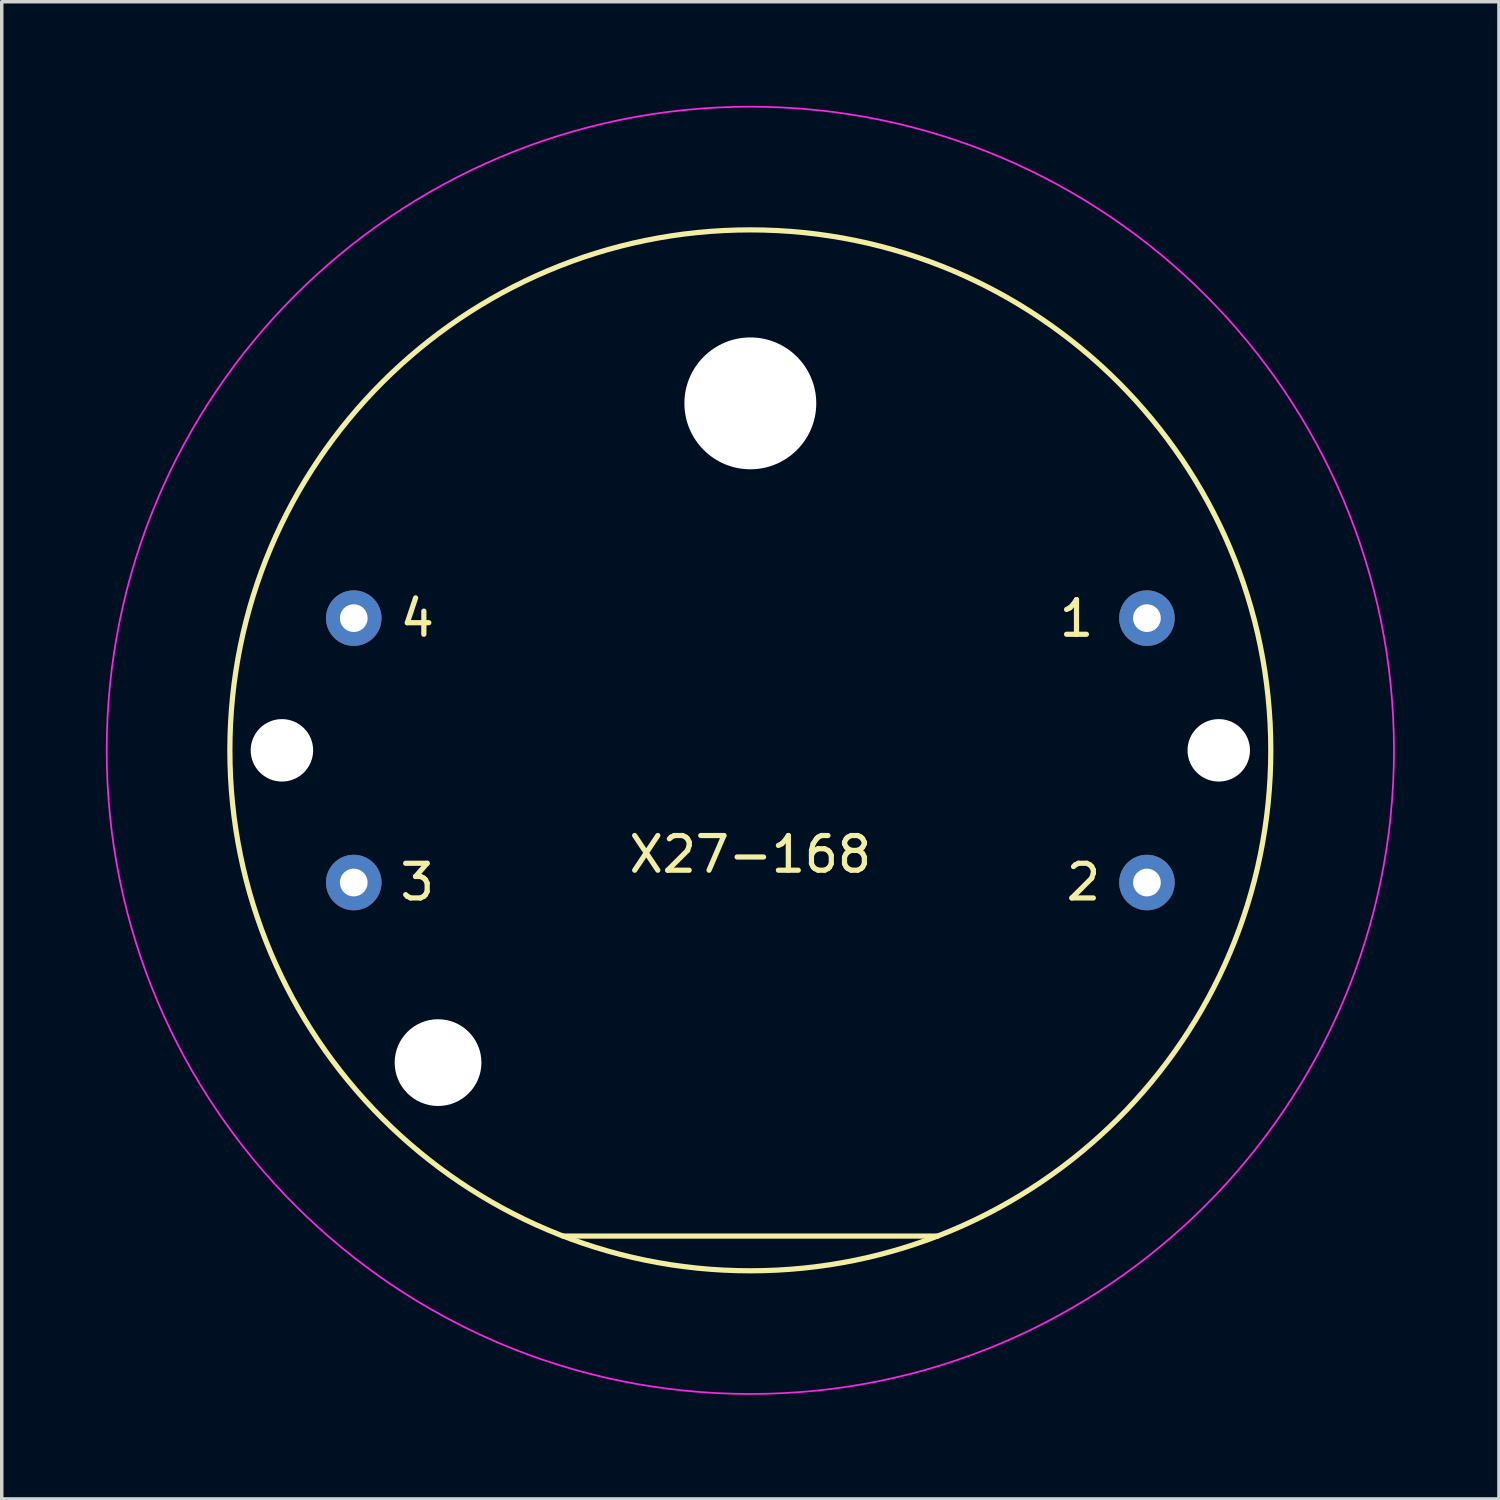
<source format=kicad_pcb>
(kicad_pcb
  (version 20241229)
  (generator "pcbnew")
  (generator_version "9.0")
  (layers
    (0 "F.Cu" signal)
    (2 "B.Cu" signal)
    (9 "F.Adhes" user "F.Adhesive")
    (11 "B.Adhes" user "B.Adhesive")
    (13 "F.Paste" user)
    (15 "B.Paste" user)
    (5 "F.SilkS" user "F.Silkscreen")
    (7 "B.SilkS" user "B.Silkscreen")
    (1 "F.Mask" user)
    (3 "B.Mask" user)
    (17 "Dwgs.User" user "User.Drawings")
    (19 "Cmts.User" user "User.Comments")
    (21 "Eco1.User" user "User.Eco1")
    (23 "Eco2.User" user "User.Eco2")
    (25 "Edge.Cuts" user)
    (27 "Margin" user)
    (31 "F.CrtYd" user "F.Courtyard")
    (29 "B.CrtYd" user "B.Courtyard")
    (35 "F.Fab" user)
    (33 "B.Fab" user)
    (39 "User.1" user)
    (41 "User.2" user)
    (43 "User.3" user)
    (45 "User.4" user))
  (footprint "X27-168"
    (layer "F.Cu")
    (at 18.575 18.575)
    (property "Reference" "X27-168" (at 0 3 0) (layer "F.SilkS") (effects (font (size 1 1) (thickness 0.15))))
    (attr through_hole)
    (fp_line (start -5.4 14) (end 5.4 14) (stroke (width 0.15) (type solid)) (layer "F.SilkS"))
    (fp_circle (center 0 0) (end 15 0) (stroke (width 0.15) (type solid)) (fill no) (layer "F.SilkS"))
    (fp_circle (center 0 0) (end 18.55 0) (stroke (width 0.05) (type solid)) (fill no) (layer "F.CrtYd"))
    (fp_text user "2" (at 9.6 3.8 0) (layer "F.SilkS") (effects (font (size 1 1) (thickness 0.15))))
    (fp_text user "1" (at 9.4 -3.8 0) (layer "F.SilkS") (effects (font (size 1 1) (thickness 0.15))))
    (fp_text user "4" (at -9.6 -3.8 0) (layer "F.SilkS") (effects (font (size 1 1) (thickness 0.15))))
    (fp_text user "3" (at -9.6 3.8 0) (layer "F.SilkS") (effects (font (size 1 1) (thickness 0.15))))
    (pad "" np_thru_hole circle (at -13.5 0) (size 1.8 1.8) (drill 1.8) (layers "*.Cu" "*.Mask"))
    (pad "" np_thru_hole circle (at -9 9) (size 2.5 2.5) (drill 2.5) (layers "*.Cu" "*.Mask"))
    (pad "" np_thru_hole circle (at 0 -10) (size 3.8 3.8) (drill 3.8) (layers "*.Cu" "*.Mask"))
    (pad "" np_thru_hole circle (at 13.5 0) (size 1.8 1.8) (drill 1.8) (layers "*.Cu" "*.Mask"))
    (pad "1" thru_hole circle (at 11.43 -3.81) (size 1.6 1.6) (drill 0.8) (layers "*.Cu" "*.Mask"))
    (pad "2" thru_hole circle (at 11.43 3.81) (size 1.6 1.6) (drill 0.8) (layers "*.Cu" "*.Mask"))
    (pad "3" thru_hole circle (at -11.43 3.81) (size 1.6 1.6) (drill 0.8) (layers "*.Cu" "*.Mask"))
    (pad "4" thru_hole circle (at -11.43 -3.81) (size 1.6 1.6) (drill 0.8) (layers "*.Cu" "*.Mask")))
  (gr_rect
    (start -3 -3)
    (end 40.15 40.15)
    (stroke (width 0.1) (type default))
    (fill no)
    (layer "Edge.Cuts")))
</source>
